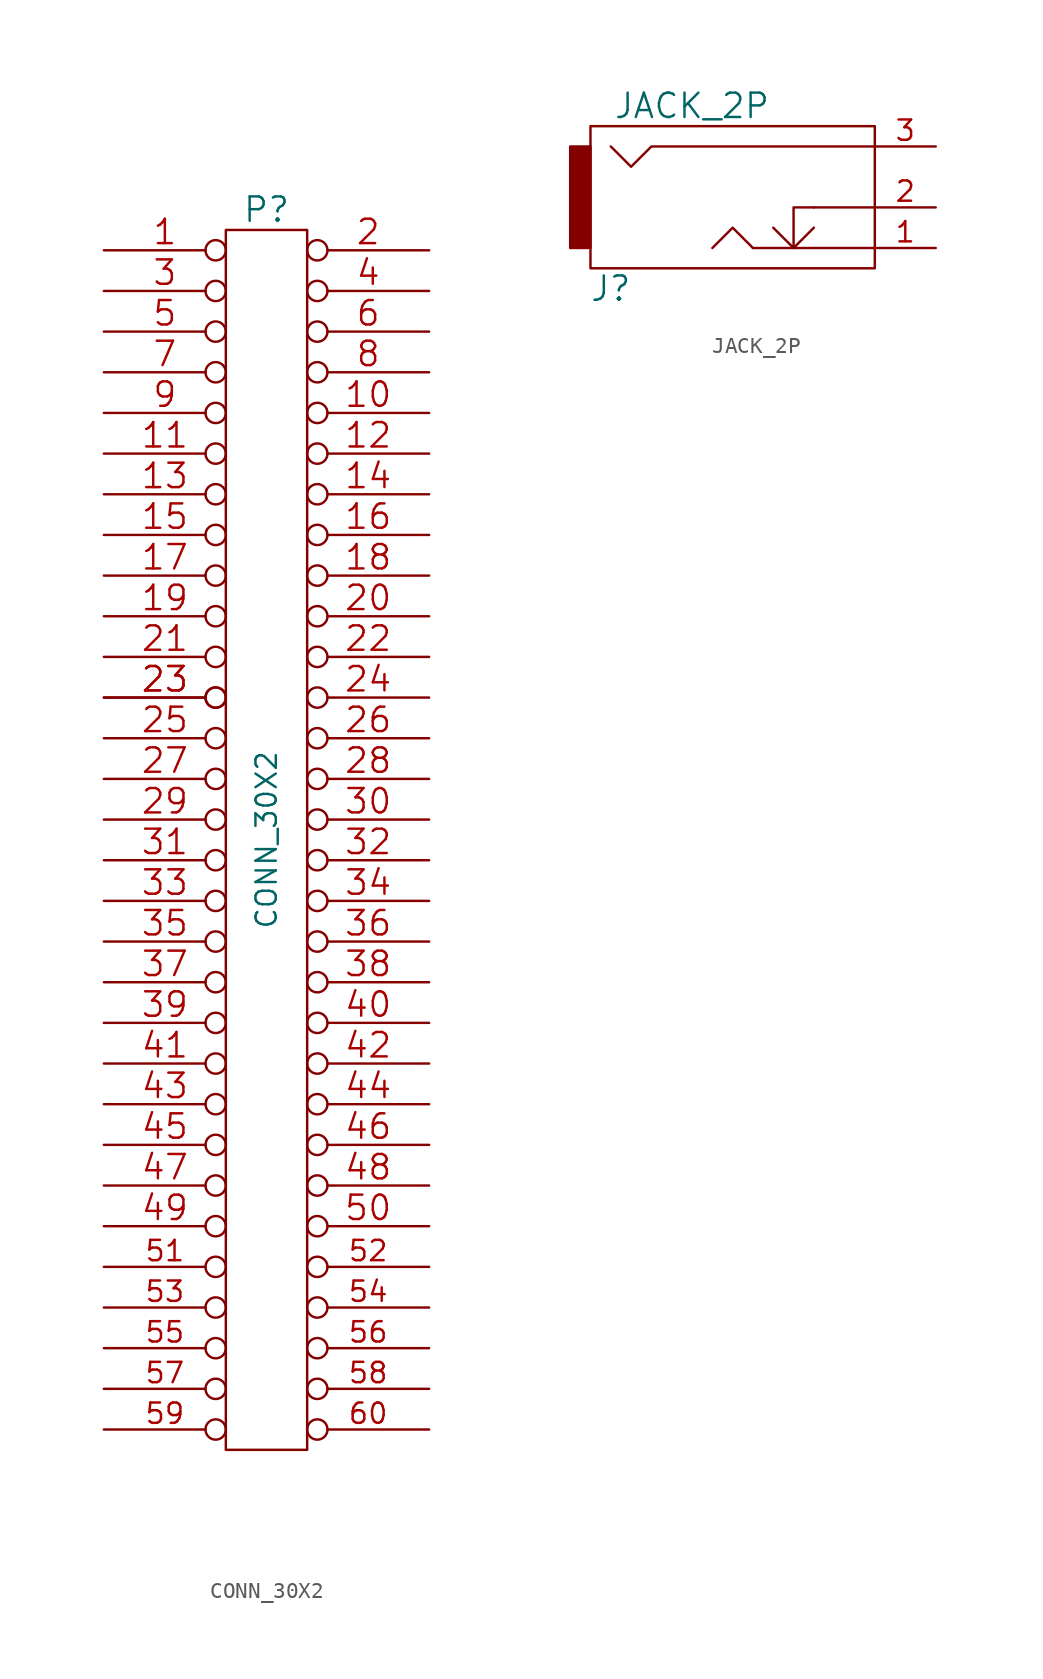
<source format=kicad_sym>
(kicad_symbol_lib
  (version 20201005)
  (generator kicad_symbol_editor)
  (symbol "kit-coldfire_schlib:CONN_30X2"
    (pin_names
      (offset 0.254) hide)
    (property "Reference" "P"
      (at 0 39.37 0)
      (effects (font (size 1.524 1.524))))
    (property "Value" "CONN_30X2"
      (at 0 0 90)
      (effects (font (size 1.27 1.27))))
    (property "Footprint" ""
      (at 0 0 0)
      (effects (font (size 1.524 1.524))))
    (property "Datasheet" ""
      (at 0 0 0)
      (effects (font (size 1.524 1.524))))
    (symbol "CONN_30X2_0_1"
      (rectangle (start -2.54 38.1) (end 2.54 -38.1) (stroke (width 0)) (fill (type none))))
    (symbol "CONN_30X2_1_1"
      (pin passive inverted (at -10.16 36.83 0) (length 7.62) (name "P1" (effects (font (size 0.762 0.762)))) (number "1" (effects (font (size 1.524 1.524)))))
      (pin passive inverted (at 10.16 26.67 180) (length 7.62) (name "P10" (effects (font (size 0.762 0.762)))) (number "10" (effects (font (size 1.524 1.524)))))
      (pin passive inverted (at -10.16 24.13 0) (length 7.62) (name "P11" (effects (font (size 0.762 0.762)))) (number "11" (effects (font (size 1.524 1.524)))))
      (pin passive inverted (at 10.16 24.13 180) (length 7.62) (name "P12" (effects (font (size 0.762 0.762)))) (number "12" (effects (font (size 1.524 1.524)))))
      (pin passive inverted (at -10.16 21.59 0) (length 7.62) (name "P13" (effects (font (size 0.762 0.762)))) (number "13" (effects (font (size 1.524 1.524)))))
      (pin passive inverted (at 10.16 21.59 180) (length 7.62) (name "P14" (effects (font (size 0.762 0.762)))) (number "14" (effects (font (size 1.524 1.524)))))
      (pin passive inverted (at -10.16 19.05 0) (length 7.62) (name "P15" (effects (font (size 0.762 0.762)))) (number "15" (effects (font (size 1.524 1.524)))))
      (pin passive inverted (at 10.16 19.05 180) (length 7.62) (name "P16" (effects (font (size 0.762 0.762)))) (number "16" (effects (font (size 1.524 1.524)))))
      (pin passive inverted (at -10.16 16.51 0) (length 7.62) (name "P17" (effects (font (size 0.762 0.762)))) (number "17" (effects (font (size 1.524 1.524)))))
      (pin passive inverted (at 10.16 16.51 180) (length 7.62) (name "P18" (effects (font (size 0.762 0.762)))) (number "18" (effects (font (size 1.524 1.524)))))
      (pin passive inverted (at -10.16 13.97 0) (length 7.62) (name "P19" (effects (font (size 0.762 0.762)))) (number "19" (effects (font (size 1.524 1.524)))))
      (pin passive inverted (at 10.16 36.83 180) (length 7.62) (name "P2" (effects (font (size 0.762 0.762)))) (number "2" (effects (font (size 1.524 1.524)))))
      (pin passive inverted (at 10.16 13.97 180) (length 7.62) (name "P20" (effects (font (size 0.762 0.762)))) (number "20" (effects (font (size 1.524 1.524)))))
      (pin passive inverted (at -10.16 11.43 0) (length 7.62) (name "P21" (effects (font (size 0.762 0.762)))) (number "21" (effects (font (size 1.524 1.524)))))
      (pin passive inverted (at 10.16 11.43 180) (length 7.62) (name "P22" (effects (font (size 0.762 0.762)))) (number "22" (effects (font (size 1.524 1.524)))))
      (pin passive inverted (at -10.16 8.89 0) (length 7.62) (name "P23" (effects (font (size 0.762 0.762)))) (number "23" (effects (font (size 1.524 1.524)))))
      (pin passive inverted (at -10.16 8.89 0) (length 7.62) (name "P23" (effects (font (size 0.762 0.762)))) (number "23" (effects (font (size 1.524 1.524)))))
      (pin passive inverted (at 10.16 8.89 180) (length 7.62) (name "P24" (effects (font (size 0.762 0.762)))) (number "24" (effects (font (size 1.524 1.524)))))
      (pin passive inverted (at -10.16 6.35 0) (length 7.62) (name "~" (effects (font (size 0.762 0.762)))) (number "25" (effects (font (size 1.524 1.524)))))
      (pin passive inverted (at 10.16 6.35 180) (length 7.62) (name "P26" (effects (font (size 0.762 0.762)))) (number "26" (effects (font (size 1.524 1.524)))))
      (pin passive inverted (at -10.16 3.81 0) (length 7.62) (name "P27" (effects (font (size 0.762 0.762)))) (number "27" (effects (font (size 1.524 1.524)))))
      (pin passive inverted (at 10.16 3.81 180) (length 7.62) (name "P28" (effects (font (size 0.762 0.762)))) (number "28" (effects (font (size 1.524 1.524)))))
      (pin passive inverted (at -10.16 1.27 0) (length 7.62) (name "P29" (effects (font (size 0.762 0.762)))) (number "29" (effects (font (size 1.524 1.524)))))
      (pin passive inverted (at -10.16 34.29 0) (length 7.62) (name "P3" (effects (font (size 0.762 0.762)))) (number "3" (effects (font (size 1.524 1.524)))))
      (pin passive inverted (at 10.16 1.27 180) (length 7.62) (name "P30" (effects (font (size 0.762 0.762)))) (number "30" (effects (font (size 1.524 1.524)))))
      (pin passive inverted (at -10.16 -1.27 0) (length 7.62) (name "P31" (effects (font (size 0.762 0.762)))) (number "31" (effects (font (size 1.524 1.524)))))
      (pin passive inverted (at 10.16 -1.27 180) (length 7.62) (name "P32" (effects (font (size 0.762 0.762)))) (number "32" (effects (font (size 1.524 1.524)))))
      (pin passive inverted (at -10.16 -3.81 0) (length 7.62) (name "P33" (effects (font (size 0.762 0.762)))) (number "33" (effects (font (size 1.524 1.524)))))
      (pin passive inverted (at 10.16 -3.81 180) (length 7.62) (name "P34" (effects (font (size 0.762 0.762)))) (number "34" (effects (font (size 1.524 1.524)))))
      (pin passive inverted (at -10.16 -6.35 0) (length 7.62) (name "P35" (effects (font (size 0.762 0.762)))) (number "35" (effects (font (size 1.524 1.524)))))
      (pin passive inverted (at 10.16 -6.35 180) (length 7.62) (name "P36" (effects (font (size 0.762 0.762)))) (number "36" (effects (font (size 1.524 1.524)))))
      (pin passive inverted (at -10.16 -8.89 0) (length 7.62) (name "P37" (effects (font (size 0.762 0.762)))) (number "37" (effects (font (size 1.524 1.524)))))
      (pin passive inverted (at 10.16 -8.89 180) (length 7.62) (name "P38" (effects (font (size 0.762 0.762)))) (number "38" (effects (font (size 1.524 1.524)))))
      (pin passive inverted (at -10.16 -11.43 0) (length 7.62) (name "P39" (effects (font (size 0.762 0.762)))) (number "39" (effects (font (size 1.524 1.524)))))
      (pin passive inverted (at 10.16 34.29 180) (length 7.62) (name "P4" (effects (font (size 0.762 0.762)))) (number "4" (effects (font (size 1.524 1.524)))))
      (pin passive inverted (at 10.16 -11.43 180) (length 7.62) (name "P40" (effects (font (size 0.762 0.762)))) (number "40" (effects (font (size 1.524 1.524)))))
      (pin passive inverted (at -10.16 -13.97 0) (length 7.62) (name "P41" (effects (font (size 0.762 0.762)))) (number "41" (effects (font (size 1.524 1.524)))))
      (pin passive inverted (at 10.16 -13.97 180) (length 7.62) (name "P42" (effects (font (size 0.762 0.762)))) (number "42" (effects (font (size 1.524 1.524)))))
      (pin passive inverted (at -10.16 -16.51 0) (length 7.62) (name "P43" (effects (font (size 0.762 0.762)))) (number "43" (effects (font (size 1.524 1.524)))))
      (pin passive inverted (at 10.16 -16.51 180) (length 7.62) (name "P44" (effects (font (size 0.762 0.762)))) (number "44" (effects (font (size 1.524 1.524)))))
      (pin passive inverted (at -10.16 -19.05 0) (length 7.62) (name "P45" (effects (font (size 0.762 0.762)))) (number "45" (effects (font (size 1.524 1.524)))))
      (pin passive inverted (at 10.16 -19.05 180) (length 7.62) (name "P46" (effects (font (size 0.762 0.762)))) (number "46" (effects (font (size 1.524 1.524)))))
      (pin passive inverted (at -10.16 -21.59 0) (length 7.62) (name "P47" (effects (font (size 0.762 0.762)))) (number "47" (effects (font (size 1.524 1.524)))))
      (pin passive inverted (at 10.16 -21.59 180) (length 7.62) (name "P48" (effects (font (size 0.762 0.762)))) (number "48" (effects (font (size 1.524 1.524)))))
      (pin passive inverted (at -10.16 -24.13 0) (length 7.62) (name "P49" (effects (font (size 0.762 0.762)))) (number "49" (effects (font (size 1.524 1.524)))))
      (pin passive inverted (at -10.16 31.75 0) (length 7.62) (name "P5" (effects (font (size 0.762 0.762)))) (number "5" (effects (font (size 1.524 1.524)))))
      (pin passive inverted (at 10.16 -24.13 180) (length 7.62) (name "P50" (effects (font (size 0.762 0.762)))) (number "50" (effects (font (size 1.524 1.524)))))
      (pin passive inverted (at -10.16 -26.67 0) (length 7.62) (name "P51" (effects (font (size 1.27 1.27)))) (number "51" (effects (font (size 1.27 1.27)))))
      (pin passive inverted (at 10.16 -26.67 180) (length 7.62) (name "P52" (effects (font (size 1.27 1.27)))) (number "52" (effects (font (size 1.27 1.27)))))
      (pin passive inverted (at -10.16 -29.21 0) (length 7.62) (name "P53" (effects (font (size 1.27 1.27)))) (number "53" (effects (font (size 1.27 1.27)))))
      (pin passive inverted (at 10.16 -29.21 180) (length 7.62) (name "P54" (effects (font (size 1.27 1.27)))) (number "54" (effects (font (size 1.27 1.27)))))
      (pin passive inverted (at -10.16 -31.75 0) (length 7.62) (name "P55" (effects (font (size 1.27 1.27)))) (number "55" (effects (font (size 1.27 1.27)))))
      (pin passive inverted (at 10.16 -31.75 180) (length 7.62) (name "P56" (effects (font (size 1.27 1.27)))) (number "56" (effects (font (size 1.27 1.27)))))
      (pin passive inverted (at -10.16 -34.29 0) (length 7.62) (name "P57" (effects (font (size 1.27 1.27)))) (number "57" (effects (font (size 1.27 1.27)))))
      (pin passive inverted (at 10.16 -34.29 180) (length 7.62) (name "P58" (effects (font (size 1.27 1.27)))) (number "58" (effects (font (size 1.27 1.27)))))
      (pin passive inverted (at -10.16 -36.83 0) (length 7.62) (name "P59" (effects (font (size 1.27 1.27)))) (number "59" (effects (font (size 1.27 1.27)))))
      (pin passive inverted (at 10.16 31.75 180) (length 7.62) (name "P6" (effects (font (size 0.762 0.762)))) (number "6" (effects (font (size 1.524 1.524)))))
      (pin passive inverted (at 10.16 -36.83 180) (length 7.62) (name "P60" (effects (font (size 1.27 1.27)))) (number "60" (effects (font (size 1.27 1.27)))))
      (pin passive inverted (at -10.16 29.21 0) (length 7.62) (name "P7" (effects (font (size 0.762 0.762)))) (number "7" (effects (font (size 1.524 1.524)))))
      (pin passive inverted (at 10.16 29.21 180) (length 7.62) (name "P8" (effects (font (size 0.762 0.762)))) (number "8" (effects (font (size 1.524 1.524)))))
      (pin passive inverted (at -10.16 26.67 0) (length 7.62) (name "P9" (effects (font (size 0.762 0.762)))) (number "9" (effects (font (size 1.524 1.524)))))))
  (symbol "kit-coldfire_schlib:JACK_2P"
    (pin_names
      (offset 1.016))
    (property "Reference" "J"
      (at -8.89 -5.08 0)
      (effects (font (size 1.524 1.524))))
    (property "Value" "JACK_2P"
      (at -3.81 6.35 0)
      (effects (font (size 1.524 1.524))))
    (property "Footprint" ""
      (at 0 0 0)
      (effects (font (size 1.524 1.524))))
    (property "Datasheet" ""
      (at 0 0 0)
      (effects (font (size 1.524 1.524))))
    (symbol "JACK_2P_0_1"
      (rectangle (start -11.43 3.81) (end -10.16 -2.54) (stroke (width 0)) (fill (type outline)))
      (rectangle (start 7.62 -3.81) (end -10.16 5.08) (stroke (width 0)) (fill (type none)))
      (polyline (pts (xy 3.81 0) (xy 7.62 0) (xy 7.62 0)) (stroke (width 0)) (fill (type none)))
      (polyline (pts (xy 0 -2.54) (xy -1.27 -1.27) (xy -2.54 -2.54) (xy -2.54 -2.54)) (stroke (width 0)) (fill (type none)))
      (polyline (pts (xy 0 -2.54) (xy 7.62 -2.54) (xy 7.62 -2.54) (xy 7.62 -2.54)) (stroke (width 0)) (fill (type none)))
      (polyline (pts (xy 1.27 -1.27) (xy 2.54 -2.54) (xy 3.81 -1.27) (xy 3.81 -1.27)) (stroke (width 0)) (fill (type none)))
      (polyline (pts (xy 3.81 0) (xy 2.54 0) (xy 2.54 -2.54) (xy 2.54 -2.54)) (stroke (width 0)) (fill (type none)))
      (polyline (pts (xy 7.62 3.81) (xy -6.35 3.81) (xy -7.62 2.54) (xy -8.89 3.81) (xy -8.89 3.81)) (stroke (width 0)) (fill (type none))))
    (symbol "JACK_2P_1_1"
      (pin passive line (at 11.43 -2.54 180) (length 3.81) (name "~" (effects (font (size 1.27 1.27)))) (number "1" (effects (font (size 1.27 1.27)))))
      (pin passive line (at 11.43 0 180) (length 3.81) (name "~" (effects (font (size 1.27 1.27)))) (number "2" (effects (font (size 1.27 1.27)))))
      (pin passive line (at 11.43 3.81 180) (length 3.81) (name "~" (effects (font (size 1.27 1.27)))) (number "3" (effects (font (size 1.27 1.27))))))))
</source>
